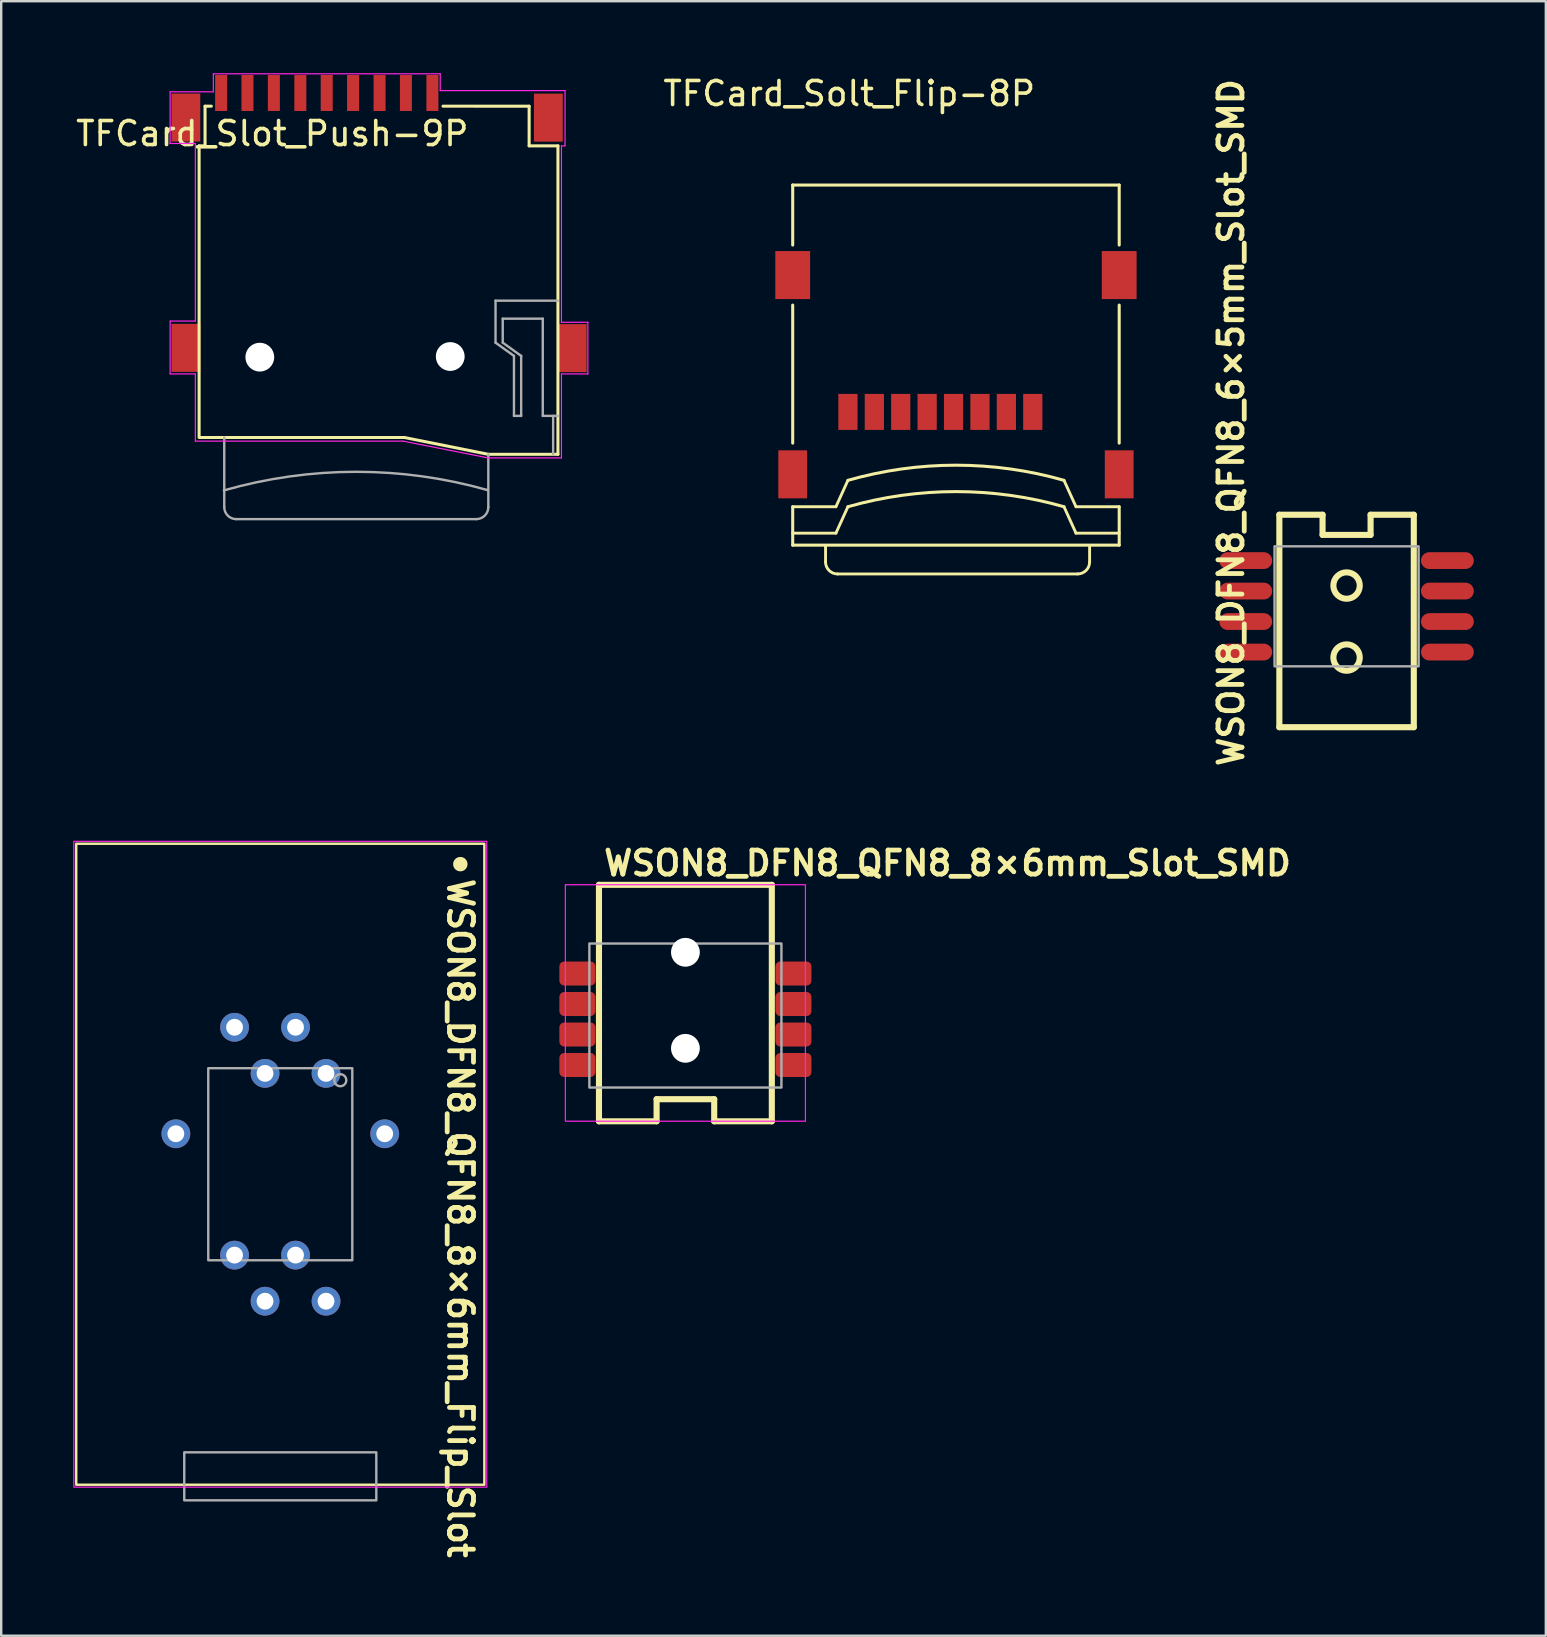
<source format=kicad_pcb>
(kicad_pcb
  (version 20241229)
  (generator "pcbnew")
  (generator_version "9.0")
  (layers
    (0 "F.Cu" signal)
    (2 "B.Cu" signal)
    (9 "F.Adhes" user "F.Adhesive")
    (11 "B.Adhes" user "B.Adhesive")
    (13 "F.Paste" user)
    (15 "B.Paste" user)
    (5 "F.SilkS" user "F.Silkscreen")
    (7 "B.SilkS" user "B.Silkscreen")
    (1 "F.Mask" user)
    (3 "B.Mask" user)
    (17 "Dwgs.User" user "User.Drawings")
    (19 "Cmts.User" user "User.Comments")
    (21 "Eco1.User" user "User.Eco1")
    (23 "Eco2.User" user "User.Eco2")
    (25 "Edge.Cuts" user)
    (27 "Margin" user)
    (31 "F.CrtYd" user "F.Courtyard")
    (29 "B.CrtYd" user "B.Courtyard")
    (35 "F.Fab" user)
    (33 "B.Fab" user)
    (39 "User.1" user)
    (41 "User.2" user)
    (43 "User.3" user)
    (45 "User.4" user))
  (footprint "TFCard_Slot_Push-9P"
    (layer "F.Cu")
    (at 12.737 6.325)
    (property "Reference" "TFCard_Slot_Push-9P" (at -4.445 -3.81 0) (layer "F.SilkS") (effects (font (size 1 1) (thickness 0.15))))
    (attr smd)
    (fp_line (start -7.493 8.849) (end -7.493 -3.3) (stroke (width 0.127) (type solid)) (layer "F.SilkS"))
    (fp_line (start -7.246 -4.951) (end -7.246 -3.3) (stroke (width 0.127) (type solid)) (layer "F.SilkS"))
    (fp_line (start -7.246 -3.3) (end -7.493 -3.3) (stroke (width 0.127) (type default)) (layer "F.SilkS"))
    (fp_line (start -6.985 -4.953) (end -7.246 -4.951) (stroke (width 0.127) (type solid)) (layer "F.SilkS"))
    (fp_line (start 1.054 8.849) (end -7.446 8.849) (stroke (width 0.127) (type solid)) (layer "F.SilkS"))
    (fp_line (start 4.554 9.549) (end 1.054 8.849) (stroke (width 0.127) (type solid)) (layer "F.SilkS"))
    (fp_line (start 6.254 -4.951) (end 2.667 -4.953) (stroke (width 0.127) (type solid)) (layer "F.SilkS"))
    (fp_line (start 6.254 -4.951) (end 6.254 -3.3) (stroke (width 0.127) (type solid)) (layer "F.SilkS"))
    (fp_line (start 6.254 -3.3) (end 7.454 -3.3) (stroke (width 0.127) (type solid)) (layer "F.SilkS"))
    (fp_line (start 7.454 -3.3) (end 7.454 9.549) (stroke (width 0.127) (type solid)) (layer "F.SilkS"))
    (fp_line (start 7.454 9.549) (end 4.554 9.549) (stroke (width 0.127) (type solid)) (layer "F.SilkS"))
    (fp_line (start -8.7 -5.55) (end -6.9 -5.55) (stroke (width 0.05) (type default)) (layer "F.CrtYd"))
    (fp_line (start -8.7 -3.4) (end -8.7 -5.55) (stroke (width 0.05) (type default)) (layer "F.CrtYd"))
    (fp_line (start -8.7 -3.4) (end -7.65 -3.4) (stroke (width 0.05) (type default)) (layer "F.CrtYd"))
    (fp_line (start -8.7 4) (end -8.7 6.2) (stroke (width 0.05) (type default)) (layer "F.CrtYd"))
    (fp_line (start -8.7 6.2) (end -7.65 6.2) (stroke (width 0.05) (type default)) (layer "F.CrtYd"))
    (fp_line (start -7.65 -3.4) (end -7.65 4) (stroke (width 0.05) (type default)) (layer "F.CrtYd"))
    (fp_line (start -7.65 4) (end -8.7 4) (stroke (width 0.05) (type default)) (layer "F.CrtYd"))
    (fp_line (start -7.65 6.2) (end -7.65 9) (stroke (width 0.05) (type default)) (layer "F.CrtYd"))
    (fp_line (start -7.65 9) (end 1 9) (stroke (width 0.05) (type default)) (layer "F.CrtYd"))
    (fp_line (start -6.9 -6.3) (end 2.55 -6.3) (stroke (width 0.05) (type default)) (layer "F.CrtYd"))
    (fp_line (start -6.9 -5.55) (end -6.9 -6.3) (stroke (width 0.05) (type default)) (layer "F.CrtYd"))
    (fp_line (start 1 9) (end 4.55 9.7) (stroke (width 0.05) (type default)) (layer "F.CrtYd"))
    (fp_line (start 2.55 -5.6) (end 2.55 -6.3) (stroke (width 0.05) (type default)) (layer "F.CrtYd"))
    (fp_line (start 4.55 9.7) (end 7.6 9.7) (stroke (width 0.05) (type default)) (layer "F.CrtYd"))
    (fp_line (start 7.6 -3.3) (end 7.75 -3.3) (stroke (width 0.05) (type default)) (layer "F.CrtYd"))
    (fp_line (start 7.6 4.05) (end 7.6 -3.3) (stroke (width 0.05) (type default)) (layer "F.CrtYd"))
    (fp_line (start 7.6 6.2) (end 8.7 6.2) (stroke (width 0.05) (type default)) (layer "F.CrtYd"))
    (fp_line (start 7.6 9.7) (end 7.6 6.2) (stroke (width 0.05) (type default)) (layer "F.CrtYd"))
    (fp_line (start 7.75 -5.6) (end 2.55 -5.6) (stroke (width 0.05) (type default)) (layer "F.CrtYd"))
    (fp_line (start 7.75 -3.3) (end 7.75 -5.6) (stroke (width 0.05) (type default)) (layer "F.CrtYd"))
    (fp_line (start 8.7 4.05) (end 7.6 4.05) (stroke (width 0.05) (type default)) (layer "F.CrtYd"))
    (fp_line (start 8.7 6.2) (end 8.7 4.05) (stroke (width 0.05) (type default)) (layer "F.CrtYd"))
    (fp_line (start -6.446 8.849) (end -6.446 11.749) (stroke (width 0.1) (type solid)) (layer "F.Fab"))
    (fp_line (start 4.054 12.249) (end -5.946 12.249) (stroke (width 0.1) (type solid)) (layer "F.Fab"))
    (fp_line (start 4.554 9.549) (end 4.554 11.749) (stroke (width 0.1) (type solid)) (layer "F.Fab"))
    (fp_line (start 4.854 3.149) (end 7.448 3.149) (stroke (width 0.1) (type solid)) (layer "F.Fab"))
    (fp_line (start 4.854 4.899) (end 4.854 3.149) (stroke (width 0.1) (type solid)) (layer "F.Fab"))
    (fp_line (start 5.154 3.899) (end 5.154 4.899) (stroke (width 0.1) (type solid)) (layer "F.Fab"))
    (fp_line (start 5.154 4.899) (end 5.922 5.449) (stroke (width 0.1) (type solid)) (layer "F.Fab"))
    (fp_line (start 5.622 5.449) (end 4.854 4.899) (stroke (width 0.1) (type solid)) (layer "F.Fab"))
    (fp_line (start 5.622 7.949) (end 5.622 5.449) (stroke (width 0.1) (type solid)) (layer "F.Fab"))
    (fp_line (start 5.922 5.449) (end 5.922 7.949) (stroke (width 0.1) (type solid)) (layer "F.Fab"))
    (fp_line (start 5.922 7.949) (end 5.622 7.949) (stroke (width 0.1) (type solid)) (layer "F.Fab"))
    (fp_line (start 6.822 3.899) (end 5.154 3.899) (stroke (width 0.1) (type solid)) (layer "F.Fab"))
    (fp_line (start 6.822 7.949) (end 6.822 3.899) (stroke (width 0.1) (type solid)) (layer "F.Fab"))
    (fp_line (start 7.254 7.949) (end 7.254 9.549) (stroke (width 0.1) (type solid)) (layer "F.Fab"))
    (fp_line (start 7.448 7.949) (end 6.822 7.949) (stroke (width 0.1) (type solid)) (layer "F.Fab"))
    (fp_arc (start -6.462827 11.053343) (mid -0.963513 10.278016) (end 4.537146 11.04374) (stroke (width 0.1) (type solid)) (layer "F.Fab"))
    (fp_arc (start -5.946013 12.24854) (mid -6.299566 12.102094) (end -6.446012 11.748541) (stroke (width 0.1) (type solid)) (layer "F.Fab"))
    (fp_arc (start 4.553966 11.748541) (mid 4.40752 12.102094) (end 4.053967 12.24854) (stroke (width 0.1) (type solid)) (layer "F.Fab"))
    (pad "" np_thru_hole circle (at -4.965 5.502) (size 1.2 1.2) (drill 1.2) (layers "*.Cu" "*.Mask"))
    (pad "" np_thru_hole circle (at 2.967 5.475) (size 1.2 1.2) (drill 1.2) (layers "*.Cu" "*.Mask"))
    (pad "1" smd rect (at 2.225 -5.502 90) (size 1.5 0.5) (layers "F.Cu" "F.Mask" "F.Paste"))
    (pad "2" smd rect (at 1.121 -5.502 90) (size 1.5 0.5) (layers "F.Cu" "F.Mask" "F.Paste"))
    (pad "3" smd rect (at 0.024 -5.502 90) (size 1.5 0.5) (layers "F.Cu" "F.Mask" "F.Paste"))
    (pad "4" smd rect (at -1.08 -5.502 90) (size 1.5 0.5) (layers "F.Cu" "F.Mask" "F.Paste"))
    (pad "5" smd rect (at -2.178 -5.502 90) (size 1.5 0.5) (layers "F.Cu" "F.Mask" "F.Paste"))
    (pad "6" smd rect (at -3.276 -5.502 90) (size 1.5 0.5) (layers "F.Cu" "F.Mask" "F.Paste"))
    (pad "7" smd rect (at -4.379 -5.502 90) (size 1.5 0.5) (layers "F.Cu" "F.Mask" "F.Paste"))
    (pad "8" smd rect (at -5.478 -5.502 90) (size 1.5 0.5) (layers "F.Cu" "F.Mask" "F.Paste"))
    (pad "9" smd rect (at -6.575 -5.502 90) (size 1.5 0.5) (layers "F.Cu" "F.Mask" "F.Paste"))
    (pad "10" smd rect (at -8.045 -4.48 90) (size 2 1.2) (layers "F.Cu" "F.Mask" "F.Paste"))
    (pad "10" smd rect (at -8.045 5.115 90) (size 2 1.2) (layers "F.Cu" "F.Mask" "F.Paste"))
    (pad "10" smd rect (at 7.054 -4.475 90) (size 2 1.2) (layers "F.Cu" "F.Mask" "F.Paste"))
    (pad "10" smd rect (at 8.047 5.127 90) (size 2 1.2) (layers "F.Cu" "F.Mask" "F.Paste")))
  (footprint "WSON8_DFN8_QFN8_8×6mm_Slot_SMD"
    (layer "F.Cu")
    (at 25.5 39.407)
    (property "Reference" "WSON8_DFN8_QFN8_8×6mm_Slot_SMD" (at -3.5 -6.5 180) (layer "F.SilkS") (effects (font (size 1 1) (thickness 0.2) (bold yes)) (justify left)))
    (fp_line (start -3.6 -5.6) (end -3.6 4.25) (stroke (width 0.254) (type default)) (layer "F.SilkS"))
    (fp_line (start -3.6 4.25) (end -1.2 4.25) (stroke (width 0.254) (type default)) (layer "F.SilkS"))
    (fp_line (start -1.2 3.33) (end 1.2 3.33) (stroke (width 0.254) (type default)) (layer "F.SilkS"))
    (fp_line (start -1.2 4.25) (end -1.2 3.33) (stroke (width 0.254) (type default)) (layer "F.SilkS"))
    (fp_line (start 1.2 3.33) (end 1.2 4.25) (stroke (width 0.254) (type default)) (layer "F.SilkS"))
    (fp_line (start 1.2 4.25) (end 3.6 4.25) (stroke (width 0.254) (type default)) (layer "F.SilkS"))
    (fp_line (start 3.6 -5.6) (end -3.6 -5.6) (stroke (width 0.254) (type default)) (layer "F.SilkS"))
    (fp_line (start 3.6 4.25) (end 3.6 -5.6) (stroke (width 0.254) (type default)) (layer "F.SilkS"))
    (fp_rect (start -5 -5.605) (end 5 4.245) (stroke (width 0.05) (type default)) (fill no) (layer "F.CrtYd"))
    (fp_rect (start -4 -3.155) (end 4 2.845) (stroke (width 0.1) (type default)) (fill no) (layer "F.Fab"))
    (pad "" np_thru_hole circle (at 0 -2.79 180) (size 1.2 1.2) (drill 1.2) (layers "*.Cu" "*.Mask"))
    (pad "" np_thru_hole circle (at 0 1.21 180) (size 1.2 1.2) (drill 1.2) (layers "*.Cu" "*.Mask"))
    (pad "1" smd roundrect (at -4.5 -1.905 180) (size 1.5 1) (layers "F.Cu" "F.Mask" "F.Paste") (roundrect_rratio 0.2))
    (pad "2" smd roundrect (at -4.5 -0.635 180) (size 1.5 1) (layers "F.Cu" "F.Mask" "F.Paste") (roundrect_rratio 0.2))
    (pad "3" smd roundrect (at -4.5 0.635 180) (size 1.5 1) (layers "F.Cu" "F.Mask" "F.Paste") (roundrect_rratio 0.2))
    (pad "4" smd roundrect (at -4.5 1.905 180) (size 1.5 1) (layers "F.Cu" "F.Mask" "F.Paste") (roundrect_rratio 0.2))
    (pad "5" smd roundrect (at 4.5 1.905 180) (size 1.5 1) (layers "F.Cu" "F.Mask" "F.Paste") (roundrect_rratio 0.2))
    (pad "6" smd roundrect (at 4.5 0.635 180) (size 1.5 1) (layers "F.Cu" "F.Mask" "F.Paste") (roundrect_rratio 0.2))
    (pad "7" smd roundrect (at 4.5 -0.635 180) (size 1.5 1) (layers "F.Cu" "F.Mask" "F.Paste") (roundrect_rratio 0.2))
    (pad "8" smd roundrect (at 4.5 -1.905 180) (size 1.5 1) (layers "F.Cu" "F.Mask" "F.Paste") (roundrect_rratio 0.2)))
  (footprint "TFCard_Solt_Flip-8P"
    (layer "F.Cu")
    (at 36.77 4.658)
    (property "Reference" "TFCard_Solt_Flip-8P" (at -4.445 -3.81 0) (layer "F.SilkS") (effects (font (size 1 1) (thickness 0.15))))
    (attr smd)
    (fp_line (start -6.8 0) (end -6.8 2.5) (stroke (width 0.127) (type solid)) (layer "F.SilkS"))
    (fp_line (start -6.8 5) (end -6.8 10.75) (stroke (width 0.127) (type solid)) (layer "F.SilkS"))
    (fp_line (start -6.8 13.4) (end -6.8 15) (stroke (width 0.127) (type solid)) (layer "F.SilkS"))
    (fp_line (start -6.8 13.4) (end -5 13.4) (stroke (width 0.12) (type default)) (layer "F.SilkS"))
    (fp_line (start -6.8 14.5) (end -5 14.5) (stroke (width 0.12) (type default)) (layer "F.SilkS"))
    (fp_line (start -5.432 15.7) (end -5.432 15.029) (stroke (width 0.12) (type default)) (layer "F.SilkS"))
    (fp_line (start -5 13.4) (end -4.5 12.3) (stroke (width 0.12) (type default)) (layer "F.SilkS"))
    (fp_line (start -5 14.5) (end -4.5 13.4) (stroke (width 0.12) (type default)) (layer "F.SilkS"))
    (fp_line (start 5 13.4) (end 4.5 12.3) (stroke (width 0.12) (type default)) (layer "F.SilkS"))
    (fp_line (start 5 14.5) (end 4.5 13.4) (stroke (width 0.12) (type default)) (layer "F.SilkS"))
    (fp_line (start 5.067 16.2) (end -4.933 16.2) (stroke (width 0.12) (type solid)) (layer "F.SilkS"))
    (fp_line (start 5.567 15.7) (end 5.567 15.029) (stroke (width 0.12) (type default)) (layer "F.SilkS"))
    (fp_line (start 6.8 0) (end -6.8 0) (stroke (width 0.127) (type solid)) (layer "F.SilkS"))
    (fp_line (start 6.8 0) (end 6.8 2.5) (stroke (width 0.127) (type solid)) (layer "F.SilkS"))
    (fp_line (start 6.8 10.75) (end 6.8 5) (stroke (width 0.127) (type solid)) (layer "F.SilkS"))
    (fp_line (start 6.8 13.4) (end 5 13.4) (stroke (width 0.12) (type default)) (layer "F.SilkS"))
    (fp_line (start 6.8 13.4) (end 6.8 15) (stroke (width 0.127) (type solid)) (layer "F.SilkS"))
    (fp_line (start 6.8 14.5) (end 5 14.5) (stroke (width 0.12) (type default)) (layer "F.SilkS"))
    (fp_line (start 6.8 15) (end -6.8 15) (stroke (width 0.127) (type solid)) (layer "F.SilkS"))
    (fp_arc (start -4.9325 16.2) (mid -5.286053 16.053554) (end -5.432499 15.700001) (stroke (width 0.12) (type solid)) (layer "F.SilkS"))
    (fp_arc (start -4.5 12.3) (mid 0 11.669568) (end 4.5 12.3) (stroke (width 0.127) (type solid)) (layer "F.SilkS"))
    (fp_arc (start -4.5 13.4) (mid 0 12.769568) (end 4.5 13.4) (stroke (width 0.127) (type solid)) (layer "F.SilkS"))
    (fp_arc (start 5.567454 15.700001) (mid 5.421007 16.053553) (end 5.067455 16.2) (stroke (width 0.12) (type solid)) (layer "F.SilkS"))
    (pad "1" smd rect (at 3.2 10.2 180) (size 0.8 1.5) (drill (offset 0 0.75)) (layers "F.Cu"))
    (pad "2" smd rect (at 2.1 10.2 180) (size 0.8 1.5) (drill (offset 0 0.75)) (layers "F.Cu"))
    (pad "3" smd rect (at 1 10.2 180) (size 0.8 1.5) (drill (offset 0 0.75)) (layers "F.Cu"))
    (pad "4" smd rect (at -0.1 10.2 180) (size 0.8 1.5) (drill (offset 0 0.75)) (layers "F.Cu"))
    (pad "5" smd rect (at -1.2 10.2 180) (size 0.8 1.5) (drill (offset 0 0.75)) (layers "F.Cu"))
    (pad "6" smd rect (at -2.3 10.2 180) (size 0.8 1.5) (drill (offset 0 0.75)) (layers "F.Cu"))
    (pad "7" smd rect (at -3.4 10.2 180) (size 0.8 1.5) (drill (offset 0 0.75)) (layers "F.Cu"))
    (pad "8" smd rect (at -4.5 10.2 180) (size 0.8 1.5) (drill (offset 0 0.75)) (layers "F.Cu"))
    (pad "10" smd rect (at -6.8 3.75 180) (size 1.45 2) (layers "F.Cu"))
    (pad "10" smd rect (at -6.8 12.05 90) (size 2 1.2) (layers "F.Cu"))
    (pad "10" smd rect (at 6.8 3.75 180) (size 1.45 2) (layers "F.Cu"))
    (pad "10" smd rect (at 6.8 12.05 90) (size 2 1.2) (layers "F.Cu")))
  (footprint "WSON8_DFN8_QFN8_8×6mm_Flip_Slot"
    (layer "F.Cu")
    (at 8.625 45.446)
    (property "Reference" "WSON8_DFN8_QFN8_8×6mm_Flip_Slot" (at 7.5 -12 270) (unlocked yes) (layer "F.SilkS") (effects (font (size 1 1) (thickness 0.2) (bold yes)) (justify left)))
    (fp_rect (start -8.5 -13.35) (end 8.5 13.35) (stroke (width 0.1) (type default)) (fill no) (layer "F.SilkS"))
    (fp_circle (center 7.5 -12.5) (end 7.75 -12.5) (stroke (width 0.1) (type solid)) (fill yes) (layer "F.SilkS"))
    (fp_rect (start -8.6 -13.45) (end 8.6 13.45) (stroke (width 0.05) (type default)) (fill no) (layer "F.CrtYd"))
    (fp_rect (start -4 12) (end 4 14) (stroke (width 0.1) (type default)) (fill no) (layer "F.Fab"))
    (fp_rect (start -3 -4) (end 3 4) (stroke (width 0.1) (type default)) (fill no) (layer "F.Fab"))
    (fp_circle (center 2.5 -3.5) (end 2.75 -3.5) (stroke (width 0.1) (type solid)) (fill no) (layer "F.Fab"))
    (pad "" thru_hole circle (at -4.35 -1.27 180) (size 1.2 1.2) (drill 0.7) (layers "*.Cu" "*.Mask"))
    (pad "" thru_hole circle (at 4.35 -1.27 180) (size 1.2 1.2) (drill 0.7) (layers "*.Cu" "*.Mask"))
    (pad "1" thru_hole circle (at 1.905 -3.785 180) (size 1.2 1.2) (drill 0.7) (layers "*.Cu" "*.Mask"))
    (pad "2" thru_hole circle (at 0.635 -5.705 180) (size 1.2 1.2) (drill 0.7) (layers "*.Cu" "*.Mask"))
    (pad "3" thru_hole circle (at -0.635 -3.785 180) (size 1.2 1.2) (drill 0.7) (layers "*.Cu" "*.Mask"))
    (pad "4" thru_hole circle (at -1.905 -5.705 180) (size 1.2 1.2) (drill 0.7) (layers "*.Cu" "*.Mask"))
    (pad "5" thru_hole circle (at -1.905 3.785 180) (size 1.2 1.2) (drill 0.7) (layers "*.Cu" "*.Mask"))
    (pad "6" thru_hole circle (at -0.635 5.705 180) (size 1.2 1.2) (drill 0.7) (layers "*.Cu" "*.Mask"))
    (pad "7" thru_hole circle (at 0.635 3.785 180) (size 1.2 1.2) (drill 0.7) (layers "*.Cu" "*.Mask"))
    (pad "8" thru_hole circle (at 1.905 5.705 180) (size 1.2 1.2) (drill 0.7) (layers "*.Cu" "*.Mask")))
  (footprint "WSON8_DFN8_QFN8_6×5mm_Slot_SMD"
    (layer "F.Cu")
    (at 53.041 22.206)
    (property "Reference" "WSON8_DFN8_QFN8_6×5mm_Slot_SMD" (at -4.81 6.765 90) (layer "F.SilkS") (effects (font (size 1 1) (thickness 0.2) (bold yes)) (justify left)))
    (fp_line (start -2.8 -3.815) (end -2.8 5.035) (stroke (width 0.254) (type default)) (layer "F.SilkS"))
    (fp_line (start -2.8 5.035) (end 2.8 5.035) (stroke (width 0.254) (type default)) (layer "F.SilkS"))
    (fp_line (start -1 -3.815) (end -2.8 -3.815) (stroke (width 0.254) (type default)) (layer "F.SilkS"))
    (fp_line (start -1 -2.975) (end -1 -3.815) (stroke (width 0.254) (type default)) (layer "F.SilkS"))
    (fp_line (start 1 -3.815) (end 1 -2.975) (stroke (width 0.254) (type default)) (layer "F.SilkS"))
    (fp_line (start 1 -2.975) (end -1 -2.975) (stroke (width 0.254) (type default)) (layer "F.SilkS"))
    (fp_line (start 2.8 -3.815) (end 1 -3.815) (stroke (width 0.254) (type default)) (layer "F.SilkS"))
    (fp_line (start 2.8 5.035) (end 2.8 -3.815) (stroke (width 0.254) (type default)) (layer "F.SilkS"))
    (fp_circle (center 0 -0.865) (end 0.55 -0.865) (stroke (width 0.254) (type default)) (fill no) (layer "F.SilkS"))
    (fp_circle (center 0 2.135) (end 0.55 2.135) (stroke (width 0.254) (type default)) (fill no) (layer "F.SilkS"))
    (fp_rect (start -3 -2.5) (end 3 2.5) (stroke (width 0.1) (type default)) (fill no) (layer "F.Fab"))
    (pad "1" smd oval (at -4.2 -1.905) (size 2.2 0.7) (layers "F.Cu" "F.Mask" "F.Paste"))
    (pad "2" smd oval (at -4.2 -0.635) (size 2.2 0.7) (layers "F.Cu" "F.Mask" "F.Paste"))
    (pad "3" smd oval (at -4.2 0.635) (size 2.2 0.7) (layers "F.Cu" "F.Mask" "F.Paste"))
    (pad "4" smd oval (at -4.2 1.905) (size 2.2 0.7) (layers "F.Cu" "F.Mask" "F.Paste"))
    (pad "5" smd oval (at 4.2 1.905) (size 2.2 0.7) (layers "F.Cu" "F.Mask" "F.Paste"))
    (pad "6" smd oval (at 4.2 0.635) (size 2.2 0.7) (layers "F.Cu" "F.Mask" "F.Paste"))
    (pad "7" smd oval (at 4.2 -0.635) (size 2.2 0.7) (layers "F.Cu" "F.Mask" "F.Paste"))
    (pad "8" smd oval (at 4.2 -1.905) (size 2.2 0.7) (layers "F.Cu" "F.Mask" "F.Paste")))
  (gr_rect
    (start -3 -3)
    (end 61.341 65.085)
    (stroke (width 0.1) (type default))
    (fill no)
    (layer "Edge.Cuts")))
</source>
